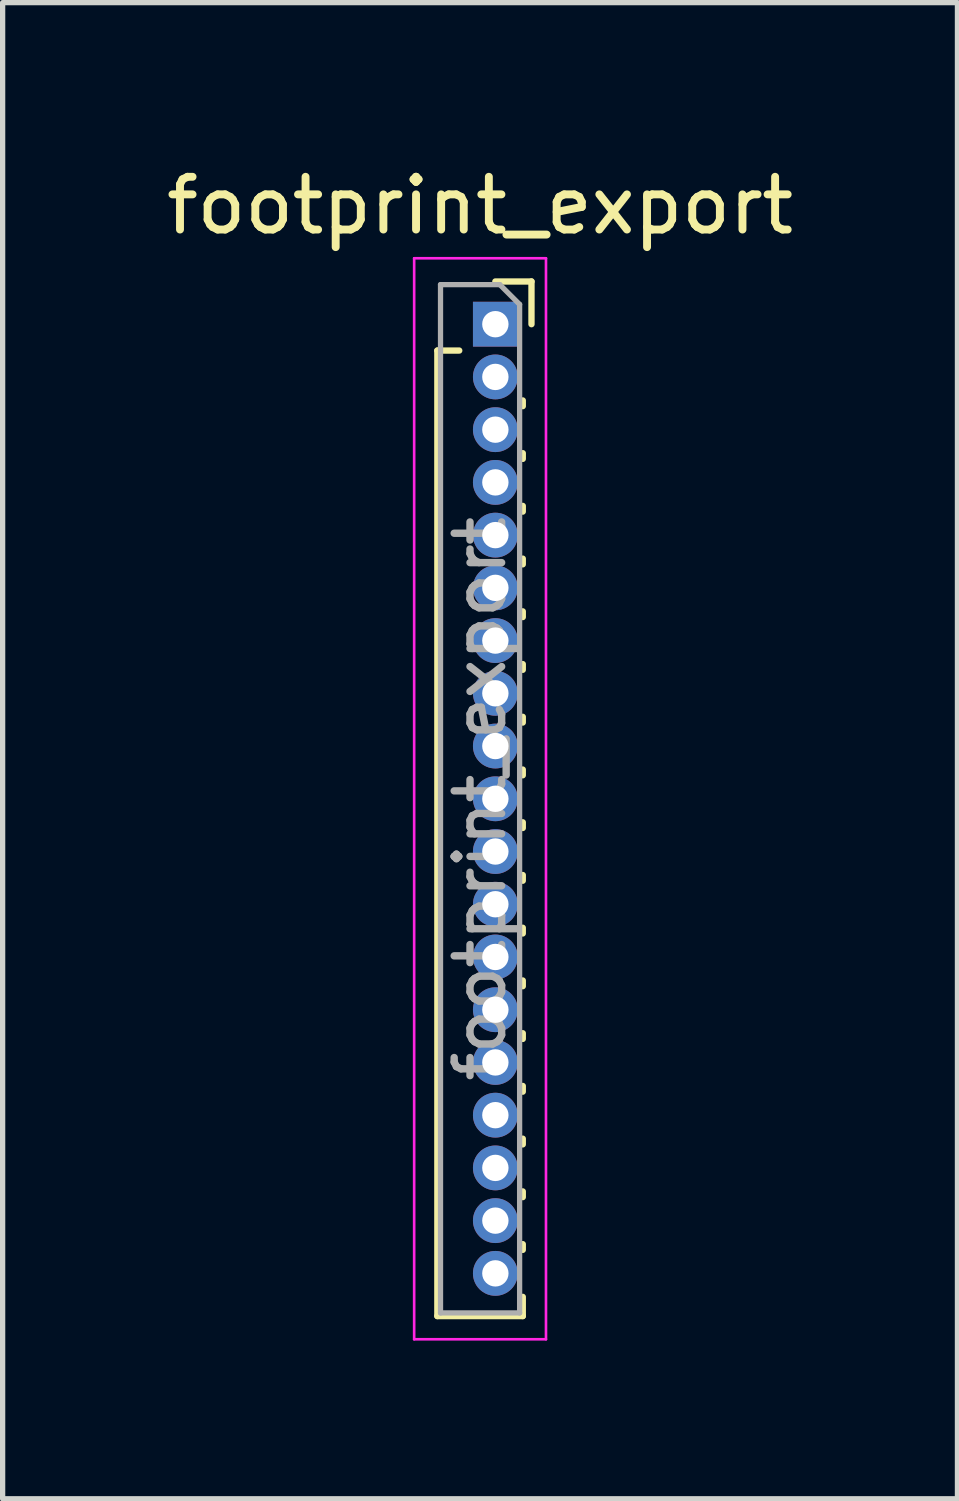
<source format=kicad_pcb>
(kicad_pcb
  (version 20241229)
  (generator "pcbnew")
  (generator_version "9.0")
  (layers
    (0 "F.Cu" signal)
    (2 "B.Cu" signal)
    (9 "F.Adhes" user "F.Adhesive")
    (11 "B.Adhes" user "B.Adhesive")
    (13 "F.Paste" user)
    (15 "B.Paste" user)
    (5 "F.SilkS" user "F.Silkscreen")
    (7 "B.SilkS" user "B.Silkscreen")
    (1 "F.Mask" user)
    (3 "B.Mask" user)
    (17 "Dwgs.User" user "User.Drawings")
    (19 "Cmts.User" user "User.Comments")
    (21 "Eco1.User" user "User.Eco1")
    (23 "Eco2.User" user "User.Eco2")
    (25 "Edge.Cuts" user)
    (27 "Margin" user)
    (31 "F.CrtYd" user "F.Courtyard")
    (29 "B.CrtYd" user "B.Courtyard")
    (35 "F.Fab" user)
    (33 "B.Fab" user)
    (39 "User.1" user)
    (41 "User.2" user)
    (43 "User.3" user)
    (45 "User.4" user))
  (footprint "footprint_export"
    (layer "F.Cu")
    (at 6.344 3.098)
    (property "Reference" "footprint_export" (at -0.29 -2.25 0) (layer "F.SilkS") (effects (font (size 1 1) (thickness 0.15))))
    (attr through_hole)
    (fp_line (start -1.1 0.5) (end -1.1 18.81) (stroke (width 0.12) (type solid)) (layer "F.SilkS"))
    (fp_line (start -1.1 0.5) (end -0.685 0.5) (stroke (width 0.12) (type solid)) (layer "F.SilkS"))
    (fp_line (start -1.1 18.81) (end 0.52 18.81) (stroke (width 0.12) (type solid)) (layer "F.SilkS"))
    (fp_line (start 0 -0.81) (end 0.685 -0.81) (stroke (width 0.12) (type solid)) (layer "F.SilkS"))
    (fp_line (start 0.52 1.446) (end 0.52 1.554) (stroke (width 0.12) (type solid)) (layer "F.SilkS"))
    (fp_line (start 0.52 2.446) (end 0.52 2.554) (stroke (width 0.12) (type solid)) (layer "F.SilkS"))
    (fp_line (start 0.52 3.446) (end 0.52 3.554) (stroke (width 0.12) (type solid)) (layer "F.SilkS"))
    (fp_line (start 0.52 4.446) (end 0.52 4.554) (stroke (width 0.12) (type solid)) (layer "F.SilkS"))
    (fp_line (start 0.52 5.446) (end 0.52 5.554) (stroke (width 0.12) (type solid)) (layer "F.SilkS"))
    (fp_line (start 0.52 6.446) (end 0.52 6.554) (stroke (width 0.12) (type solid)) (layer "F.SilkS"))
    (fp_line (start 0.52 7.446) (end 0.52 7.554) (stroke (width 0.12) (type solid)) (layer "F.SilkS"))
    (fp_line (start 0.52 8.446) (end 0.52 8.554) (stroke (width 0.12) (type solid)) (layer "F.SilkS"))
    (fp_line (start 0.52 9.446) (end 0.52 9.554) (stroke (width 0.12) (type solid)) (layer "F.SilkS"))
    (fp_line (start 0.52 10.446) (end 0.52 10.554) (stroke (width 0.12) (type solid)) (layer "F.SilkS"))
    (fp_line (start 0.52 11.446) (end 0.52 11.554) (stroke (width 0.12) (type solid)) (layer "F.SilkS"))
    (fp_line (start 0.52 12.446) (end 0.52 12.554) (stroke (width 0.12) (type solid)) (layer "F.SilkS"))
    (fp_line (start 0.52 13.446) (end 0.52 13.554) (stroke (width 0.12) (type solid)) (layer "F.SilkS"))
    (fp_line (start 0.52 14.446) (end 0.52 14.554) (stroke (width 0.12) (type solid)) (layer "F.SilkS"))
    (fp_line (start 0.52 15.446) (end 0.52 15.554) (stroke (width 0.12) (type solid)) (layer "F.SilkS"))
    (fp_line (start 0.52 16.446) (end 0.52 16.554) (stroke (width 0.12) (type solid)) (layer "F.SilkS"))
    (fp_line (start 0.52 17.446) (end 0.52 17.554) (stroke (width 0.12) (type solid)) (layer "F.SilkS"))
    (fp_line (start 0.52 18.446) (end 0.52 18.81) (stroke (width 0.12) (type solid)) (layer "F.SilkS"))
    (fp_line (start 0.685 -0.81) (end 0.685 0) (stroke (width 0.12) (type solid)) (layer "F.SilkS"))
    (fp_line (start -1.54 -1.25) (end 0.96 -1.25) (stroke (width 0.05) (type solid)) (layer "F.CrtYd"))
    (fp_line (start -1.54 19.25) (end -1.54 -1.25) (stroke (width 0.05) (type solid)) (layer "F.CrtYd"))
    (fp_line (start 0.96 -1.25) (end 0.96 19.25) (stroke (width 0.05) (type solid)) (layer "F.CrtYd"))
    (fp_line (start 0.96 19.25) (end -1.54 19.25) (stroke (width 0.05) (type solid)) (layer "F.CrtYd"))
    (fp_line (start -1.04 -0.75) (end 0.085 -0.75) (stroke (width 0.1) (type solid)) (layer "F.Fab"))
    (fp_line (start -1.04 18.75) (end -1.04 -0.75) (stroke (width 0.1) (type solid)) (layer "F.Fab"))
    (fp_line (start 0.085 -0.75) (end 0.46 -0.375) (stroke (width 0.1) (type solid)) (layer "F.Fab"))
    (fp_line (start 0.46 -0.375) (end 0.46 18.75) (stroke (width 0.1) (type solid)) (layer "F.Fab"))
    (fp_line (start 0.46 18.75) (end -1.04 18.75) (stroke (width 0.1) (type solid)) (layer "F.Fab"))
    (fp_text user "${REFERENCE}" (at -0.29 9 90) (layer "F.Fab") (effects (font (size 0.9 0.9) (thickness 0.14))))
    (pad "1" thru_hole rect (at 0 0) (size 0.85 0.85) (drill 0.5) (layers "*.Cu" "*.Mask"))
    (pad "2" thru_hole oval (at 0 1) (size 0.85 0.85) (drill 0.5) (layers "*.Cu" "*.Mask"))
    (pad "3" thru_hole oval (at 0 2) (size 0.85 0.85) (drill 0.5) (layers "*.Cu" "*.Mask"))
    (pad "4" thru_hole oval (at 0 3) (size 0.85 0.85) (drill 0.5) (layers "*.Cu" "*.Mask"))
    (pad "5" thru_hole oval (at 0 4) (size 0.85 0.85) (drill 0.5) (layers "*.Cu" "*.Mask"))
    (pad "6" thru_hole oval (at 0 5) (size 0.85 0.85) (drill 0.5) (layers "*.Cu" "*.Mask"))
    (pad "7" thru_hole oval (at 0 6) (size 0.85 0.85) (drill 0.5) (layers "*.Cu" "*.Mask"))
    (pad "8" thru_hole oval (at 0 7) (size 0.85 0.85) (drill 0.5) (layers "*.Cu" "*.Mask"))
    (pad "9" thru_hole oval (at 0 8) (size 0.85 0.85) (drill 0.5) (layers "*.Cu" "*.Mask"))
    (pad "10" thru_hole oval (at 0 9) (size 0.85 0.85) (drill 0.5) (layers "*.Cu" "*.Mask"))
    (pad "11" thru_hole oval (at 0 10) (size 0.85 0.85) (drill 0.5) (layers "*.Cu" "*.Mask"))
    (pad "12" thru_hole oval (at 0 11) (size 0.85 0.85) (drill 0.5) (layers "*.Cu" "*.Mask"))
    (pad "13" thru_hole oval (at 0 12) (size 0.85 0.85) (drill 0.5) (layers "*.Cu" "*.Mask"))
    (pad "14" thru_hole oval (at 0 13) (size 0.85 0.85) (drill 0.5) (layers "*.Cu" "*.Mask"))
    (pad "15" thru_hole oval (at 0 14) (size 0.85 0.85) (drill 0.5) (layers "*.Cu" "*.Mask"))
    (pad "16" thru_hole oval (at 0 15) (size 0.85 0.85) (drill 0.5) (layers "*.Cu" "*.Mask"))
    (pad "17" thru_hole oval (at 0 16) (size 0.85 0.85) (drill 0.5) (layers "*.Cu" "*.Mask"))
    (pad "18" thru_hole oval (at 0 17) (size 0.85 0.85) (drill 0.5) (layers "*.Cu" "*.Mask"))
    (pad "19" thru_hole oval (at 0 18) (size 0.85 0.85) (drill 0.5) (layers "*.Cu" "*.Mask")))
  (gr_rect
    (start -3 -3)
    (end 15.107 25.373)
    (stroke (width 0.1) (type default))
    (fill no)
    (layer "Edge.Cuts")))
</source>
